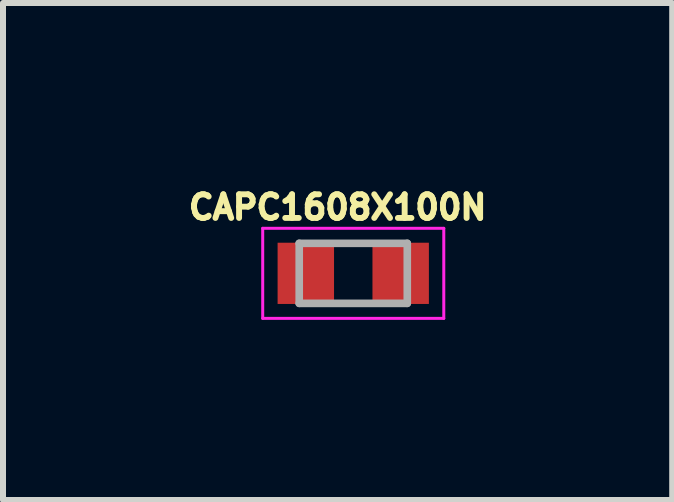
<source format=kicad_pcb>
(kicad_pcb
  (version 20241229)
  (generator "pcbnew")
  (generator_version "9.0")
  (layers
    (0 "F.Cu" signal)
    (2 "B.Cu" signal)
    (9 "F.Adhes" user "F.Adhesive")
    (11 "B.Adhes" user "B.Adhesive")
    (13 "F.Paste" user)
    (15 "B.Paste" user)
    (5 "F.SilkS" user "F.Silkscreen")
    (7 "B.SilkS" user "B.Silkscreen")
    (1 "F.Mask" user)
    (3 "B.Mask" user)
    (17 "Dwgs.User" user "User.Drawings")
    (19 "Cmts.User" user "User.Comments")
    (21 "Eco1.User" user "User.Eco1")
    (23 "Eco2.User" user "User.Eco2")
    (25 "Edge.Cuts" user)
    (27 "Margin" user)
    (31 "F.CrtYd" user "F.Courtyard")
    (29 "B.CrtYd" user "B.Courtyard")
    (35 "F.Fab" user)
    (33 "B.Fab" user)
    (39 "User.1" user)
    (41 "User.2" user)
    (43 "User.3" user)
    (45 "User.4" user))
  (footprint "CAPC1608X100N"
    (layer "F.Cu")
    (at 2.834 1.503)
    (property "Reference" "CAPC1608X100N" (at -0.26 -1.1 0) (layer "F.SilkS") (effects (font (size 0.394 0.394) (thickness 0.15))))
    (attr smd)
    (fp_line (start -1.508 -0.75) (end 1.508 -0.75) (stroke (width 0.05) (type solid)) (layer "F.CrtYd"))
    (fp_line (start -1.508 0.75) (end -1.508 -0.75) (stroke (width 0.05) (type solid)) (layer "F.CrtYd"))
    (fp_line (start -1.508 0.75) (end 1.508 0.75) (stroke (width 0.05) (type solid)) (layer "F.CrtYd"))
    (fp_line (start 1.508 0.75) (end 1.508 -0.75) (stroke (width 0.05) (type solid)) (layer "F.CrtYd"))
    (fp_line (start -0.9 0.5) (end -0.9 -0.5) (stroke (width 0.127) (type solid)) (layer "F.Fab"))
    (fp_line (start 0.9 -0.5) (end -0.9 -0.5) (stroke (width 0.127) (type solid)) (layer "F.Fab"))
    (fp_line (start 0.9 0.5) (end -0.9 0.5) (stroke (width 0.127) (type solid)) (layer "F.Fab"))
    (fp_line (start 0.9 0.5) (end 0.9 -0.5) (stroke (width 0.127) (type solid)) (layer "F.Fab"))
    (pad "1" smd rect (at -0.79 0) (size 0.94 1.02) (layers "F.Cu" "F.Mask" "F.Paste"))
    (pad "2" smd rect (at 0.79 0) (size 0.94 1.02) (layers "F.Cu" "F.Mask" "F.Paste")))
  (gr_rect
    (start -3 -3)
    (end 8.147 5.278)
    (stroke (width 0.1) (type default))
    (fill no)
    (layer "Edge.Cuts")))
</source>
